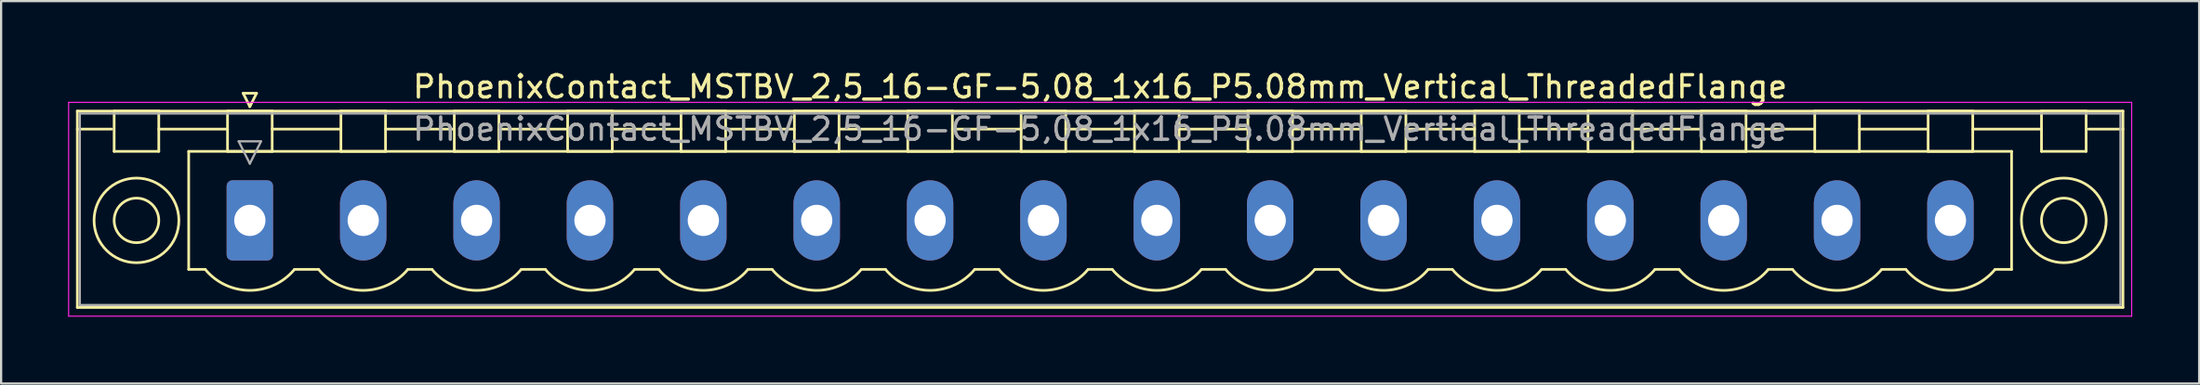
<source format=kicad_pcb>
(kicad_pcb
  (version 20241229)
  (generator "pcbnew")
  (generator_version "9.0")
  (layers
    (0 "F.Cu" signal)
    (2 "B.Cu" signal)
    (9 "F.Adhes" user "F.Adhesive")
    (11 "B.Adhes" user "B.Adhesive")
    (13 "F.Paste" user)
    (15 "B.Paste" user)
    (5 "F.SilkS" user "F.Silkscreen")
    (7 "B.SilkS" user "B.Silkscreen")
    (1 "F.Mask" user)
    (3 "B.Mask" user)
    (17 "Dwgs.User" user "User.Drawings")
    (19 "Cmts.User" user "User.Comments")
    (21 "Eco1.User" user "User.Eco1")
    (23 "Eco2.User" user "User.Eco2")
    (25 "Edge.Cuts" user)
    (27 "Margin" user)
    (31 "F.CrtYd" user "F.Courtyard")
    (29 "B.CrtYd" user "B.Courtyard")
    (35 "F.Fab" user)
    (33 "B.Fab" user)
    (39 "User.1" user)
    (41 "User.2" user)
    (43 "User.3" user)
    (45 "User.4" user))
  (footprint "PhoenixContact_MSTBV_2,5_16-GF-5,08_1x16_P5.08mm_Vertical_ThreadedFlange"
    (layer "F.Cu")
    (at 8.145 6.848)
    (property "Reference" "PhoenixContact_MSTBV_2,5_16-GF-5,08_1x16_P5.08mm_Vertical_ThreadedFlange" (at 38.1 -6 0) (layer "F.SilkS") (effects (font (size 1 1) (thickness 0.15))))
    (attr through_hole)
    (fp_line (start -7.73 -4.91) (end -7.73 3.91) (stroke (width 0.12) (type solid)) (layer "F.SilkS"))
    (fp_line (start -7.73 -4.1) (end -6.19 -4.1) (stroke (width 0.12) (type solid)) (layer "F.SilkS"))
    (fp_line (start -7.73 3.91) (end 83.93 3.91) (stroke (width 0.12) (type solid)) (layer "F.SilkS"))
    (fp_line (start -6.08 -4.91) (end -4.08 -4.91) (stroke (width 0.12) (type solid)) (layer "F.SilkS"))
    (fp_line (start -6.08 -3.1) (end -6.08 -4.91) (stroke (width 0.12) (type solid)) (layer "F.SilkS"))
    (fp_line (start -4.08 -4.91) (end -4.08 -3.1) (stroke (width 0.12) (type solid)) (layer "F.SilkS"))
    (fp_line (start -4.08 -4.1) (end -1 -4.1) (stroke (width 0.12) (type solid)) (layer "F.SilkS"))
    (fp_line (start -4.08 -3.1) (end -6.08 -3.1) (stroke (width 0.12) (type solid)) (layer "F.SilkS"))
    (fp_line (start -2.74 -3.1) (end 78.94 -3.1) (stroke (width 0.12) (type solid)) (layer "F.SilkS"))
    (fp_line (start -2.74 2.2) (end -2.74 -3.1) (stroke (width 0.12) (type solid)) (layer "F.SilkS"))
    (fp_line (start -2 2.2) (end -2.74 2.2) (stroke (width 0.12) (type solid)) (layer "F.SilkS"))
    (fp_line (start -1 -4.91) (end 1 -4.91) (stroke (width 0.12) (type solid)) (layer "F.SilkS"))
    (fp_line (start -1 -3.1) (end -1 -4.91) (stroke (width 0.12) (type solid)) (layer "F.SilkS"))
    (fp_line (start -0.3 -5.71) (end 0.3 -5.71) (stroke (width 0.12) (type solid)) (layer "F.SilkS"))
    (fp_line (start 0 -5.11) (end -0.3 -5.71) (stroke (width 0.12) (type solid)) (layer "F.SilkS"))
    (fp_line (start 0.3 -5.71) (end 0 -5.11) (stroke (width 0.12) (type solid)) (layer "F.SilkS"))
    (fp_line (start 1 -4.91) (end 1 -3.1) (stroke (width 0.12) (type solid)) (layer "F.SilkS"))
    (fp_line (start 1 -4.1) (end 4.08 -4.1) (stroke (width 0.12) (type solid)) (layer "F.SilkS"))
    (fp_line (start 1 -3.1) (end -1 -3.1) (stroke (width 0.12) (type solid)) (layer "F.SilkS"))
    (fp_line (start 2 2.2) (end 3.08 2.2) (stroke (width 0.12) (type solid)) (layer "F.SilkS"))
    (fp_line (start 4.08 -4.91) (end 6.08 -4.91) (stroke (width 0.12) (type solid)) (layer "F.SilkS"))
    (fp_line (start 4.08 -3.1) (end 4.08 -4.91) (stroke (width 0.12) (type solid)) (layer "F.SilkS"))
    (fp_line (start 6.08 -4.91) (end 6.08 -3.1) (stroke (width 0.12) (type solid)) (layer "F.SilkS"))
    (fp_line (start 6.08 -4.1) (end 9.16 -4.1) (stroke (width 0.12) (type solid)) (layer "F.SilkS"))
    (fp_line (start 6.08 -3.1) (end 4.08 -3.1) (stroke (width 0.12) (type solid)) (layer "F.SilkS"))
    (fp_line (start 7.08 2.2) (end 8.16 2.2) (stroke (width 0.12) (type solid)) (layer "F.SilkS"))
    (fp_line (start 9.16 -4.91) (end 11.16 -4.91) (stroke (width 0.12) (type solid)) (layer "F.SilkS"))
    (fp_line (start 9.16 -3.1) (end 9.16 -4.91) (stroke (width 0.12) (type solid)) (layer "F.SilkS"))
    (fp_line (start 11.16 -4.91) (end 11.16 -3.1) (stroke (width 0.12) (type solid)) (layer "F.SilkS"))
    (fp_line (start 11.16 -4.1) (end 14.24 -4.1) (stroke (width 0.12) (type solid)) (layer "F.SilkS"))
    (fp_line (start 11.16 -3.1) (end 9.16 -3.1) (stroke (width 0.12) (type solid)) (layer "F.SilkS"))
    (fp_line (start 12.16 2.2) (end 13.24 2.2) (stroke (width 0.12) (type solid)) (layer "F.SilkS"))
    (fp_line (start 14.24 -4.91) (end 16.24 -4.91) (stroke (width 0.12) (type solid)) (layer "F.SilkS"))
    (fp_line (start 14.24 -3.1) (end 14.24 -4.91) (stroke (width 0.12) (type solid)) (layer "F.SilkS"))
    (fp_line (start 16.24 -4.91) (end 16.24 -3.1) (stroke (width 0.12) (type solid)) (layer "F.SilkS"))
    (fp_line (start 16.24 -4.1) (end 19.32 -4.1) (stroke (width 0.12) (type solid)) (layer "F.SilkS"))
    (fp_line (start 16.24 -3.1) (end 14.24 -3.1) (stroke (width 0.12) (type solid)) (layer "F.SilkS"))
    (fp_line (start 17.24 2.2) (end 18.32 2.2) (stroke (width 0.12) (type solid)) (layer "F.SilkS"))
    (fp_line (start 19.32 -4.91) (end 21.32 -4.91) (stroke (width 0.12) (type solid)) (layer "F.SilkS"))
    (fp_line (start 19.32 -3.1) (end 19.32 -4.91) (stroke (width 0.12) (type solid)) (layer "F.SilkS"))
    (fp_line (start 21.32 -4.91) (end 21.32 -3.1) (stroke (width 0.12) (type solid)) (layer "F.SilkS"))
    (fp_line (start 21.32 -4.1) (end 24.4 -4.1) (stroke (width 0.12) (type solid)) (layer "F.SilkS"))
    (fp_line (start 21.32 -3.1) (end 19.32 -3.1) (stroke (width 0.12) (type solid)) (layer "F.SilkS"))
    (fp_line (start 22.32 2.2) (end 23.4 2.2) (stroke (width 0.12) (type solid)) (layer "F.SilkS"))
    (fp_line (start 24.4 -4.91) (end 26.4 -4.91) (stroke (width 0.12) (type solid)) (layer "F.SilkS"))
    (fp_line (start 24.4 -3.1) (end 24.4 -4.91) (stroke (width 0.12) (type solid)) (layer "F.SilkS"))
    (fp_line (start 26.4 -4.91) (end 26.4 -3.1) (stroke (width 0.12) (type solid)) (layer "F.SilkS"))
    (fp_line (start 26.4 -4.1) (end 29.48 -4.1) (stroke (width 0.12) (type solid)) (layer "F.SilkS"))
    (fp_line (start 26.4 -3.1) (end 24.4 -3.1) (stroke (width 0.12) (type solid)) (layer "F.SilkS"))
    (fp_line (start 27.4 2.2) (end 28.48 2.2) (stroke (width 0.12) (type solid)) (layer "F.SilkS"))
    (fp_line (start 29.48 -4.91) (end 31.48 -4.91) (stroke (width 0.12) (type solid)) (layer "F.SilkS"))
    (fp_line (start 29.48 -3.1) (end 29.48 -4.91) (stroke (width 0.12) (type solid)) (layer "F.SilkS"))
    (fp_line (start 31.48 -4.91) (end 31.48 -3.1) (stroke (width 0.12) (type solid)) (layer "F.SilkS"))
    (fp_line (start 31.48 -4.1) (end 34.56 -4.1) (stroke (width 0.12) (type solid)) (layer "F.SilkS"))
    (fp_line (start 31.48 -3.1) (end 29.48 -3.1) (stroke (width 0.12) (type solid)) (layer "F.SilkS"))
    (fp_line (start 32.48 2.2) (end 33.56 2.2) (stroke (width 0.12) (type solid)) (layer "F.SilkS"))
    (fp_line (start 34.56 -4.91) (end 36.56 -4.91) (stroke (width 0.12) (type solid)) (layer "F.SilkS"))
    (fp_line (start 34.56 -3.1) (end 34.56 -4.91) (stroke (width 0.12) (type solid)) (layer "F.SilkS"))
    (fp_line (start 36.56 -4.91) (end 36.56 -3.1) (stroke (width 0.12) (type solid)) (layer "F.SilkS"))
    (fp_line (start 36.56 -4.1) (end 39.64 -4.1) (stroke (width 0.12) (type solid)) (layer "F.SilkS"))
    (fp_line (start 36.56 -3.1) (end 34.56 -3.1) (stroke (width 0.12) (type solid)) (layer "F.SilkS"))
    (fp_line (start 37.56 2.2) (end 38.64 2.2) (stroke (width 0.12) (type solid)) (layer "F.SilkS"))
    (fp_line (start 39.64 -4.91) (end 41.64 -4.91) (stroke (width 0.12) (type solid)) (layer "F.SilkS"))
    (fp_line (start 39.64 -3.1) (end 39.64 -4.91) (stroke (width 0.12) (type solid)) (layer "F.SilkS"))
    (fp_line (start 41.64 -4.91) (end 41.64 -3.1) (stroke (width 0.12) (type solid)) (layer "F.SilkS"))
    (fp_line (start 41.64 -4.1) (end 44.72 -4.1) (stroke (width 0.12) (type solid)) (layer "F.SilkS"))
    (fp_line (start 41.64 -3.1) (end 39.64 -3.1) (stroke (width 0.12) (type solid)) (layer "F.SilkS"))
    (fp_line (start 42.64 2.2) (end 43.72 2.2) (stroke (width 0.12) (type solid)) (layer "F.SilkS"))
    (fp_line (start 44.72 -4.91) (end 46.72 -4.91) (stroke (width 0.12) (type solid)) (layer "F.SilkS"))
    (fp_line (start 44.72 -3.1) (end 44.72 -4.91) (stroke (width 0.12) (type solid)) (layer "F.SilkS"))
    (fp_line (start 46.72 -4.91) (end 46.72 -3.1) (stroke (width 0.12) (type solid)) (layer "F.SilkS"))
    (fp_line (start 46.72 -4.1) (end 49.8 -4.1) (stroke (width 0.12) (type solid)) (layer "F.SilkS"))
    (fp_line (start 46.72 -3.1) (end 44.72 -3.1) (stroke (width 0.12) (type solid)) (layer "F.SilkS"))
    (fp_line (start 47.72 2.2) (end 48.8 2.2) (stroke (width 0.12) (type solid)) (layer "F.SilkS"))
    (fp_line (start 49.8 -4.91) (end 51.8 -4.91) (stroke (width 0.12) (type solid)) (layer "F.SilkS"))
    (fp_line (start 49.8 -3.1) (end 49.8 -4.91) (stroke (width 0.12) (type solid)) (layer "F.SilkS"))
    (fp_line (start 51.8 -4.91) (end 51.8 -3.1) (stroke (width 0.12) (type solid)) (layer "F.SilkS"))
    (fp_line (start 51.8 -4.1) (end 54.88 -4.1) (stroke (width 0.12) (type solid)) (layer "F.SilkS"))
    (fp_line (start 51.8 -3.1) (end 49.8 -3.1) (stroke (width 0.12) (type solid)) (layer "F.SilkS"))
    (fp_line (start 52.8 2.2) (end 53.88 2.2) (stroke (width 0.12) (type solid)) (layer "F.SilkS"))
    (fp_line (start 54.88 -4.91) (end 56.88 -4.91) (stroke (width 0.12) (type solid)) (layer "F.SilkS"))
    (fp_line (start 54.88 -3.1) (end 54.88 -4.91) (stroke (width 0.12) (type solid)) (layer "F.SilkS"))
    (fp_line (start 56.88 -4.91) (end 56.88 -3.1) (stroke (width 0.12) (type solid)) (layer "F.SilkS"))
    (fp_line (start 56.88 -4.1) (end 59.96 -4.1) (stroke (width 0.12) (type solid)) (layer "F.SilkS"))
    (fp_line (start 56.88 -3.1) (end 54.88 -3.1) (stroke (width 0.12) (type solid)) (layer "F.SilkS"))
    (fp_line (start 57.88 2.2) (end 58.96 2.2) (stroke (width 0.12) (type solid)) (layer "F.SilkS"))
    (fp_line (start 59.96 -4.91) (end 61.96 -4.91) (stroke (width 0.12) (type solid)) (layer "F.SilkS"))
    (fp_line (start 59.96 -3.1) (end 59.96 -4.91) (stroke (width 0.12) (type solid)) (layer "F.SilkS"))
    (fp_line (start 61.96 -4.91) (end 61.96 -3.1) (stroke (width 0.12) (type solid)) (layer "F.SilkS"))
    (fp_line (start 61.96 -4.1) (end 65.04 -4.1) (stroke (width 0.12) (type solid)) (layer "F.SilkS"))
    (fp_line (start 61.96 -3.1) (end 59.96 -3.1) (stroke (width 0.12) (type solid)) (layer "F.SilkS"))
    (fp_line (start 62.96 2.2) (end 64.04 2.2) (stroke (width 0.12) (type solid)) (layer "F.SilkS"))
    (fp_line (start 65.04 -4.91) (end 67.04 -4.91) (stroke (width 0.12) (type solid)) (layer "F.SilkS"))
    (fp_line (start 65.04 -3.1) (end 65.04 -4.91) (stroke (width 0.12) (type solid)) (layer "F.SilkS"))
    (fp_line (start 67.04 -4.91) (end 67.04 -3.1) (stroke (width 0.12) (type solid)) (layer "F.SilkS"))
    (fp_line (start 67.04 -4.1) (end 70.12 -4.1) (stroke (width 0.12) (type solid)) (layer "F.SilkS"))
    (fp_line (start 67.04 -3.1) (end 65.04 -3.1) (stroke (width 0.12) (type solid)) (layer "F.SilkS"))
    (fp_line (start 68.04 2.2) (end 69.12 2.2) (stroke (width 0.12) (type solid)) (layer "F.SilkS"))
    (fp_line (start 70.12 -4.91) (end 72.12 -4.91) (stroke (width 0.12) (type solid)) (layer "F.SilkS"))
    (fp_line (start 70.12 -3.1) (end 70.12 -4.91) (stroke (width 0.12) (type solid)) (layer "F.SilkS"))
    (fp_line (start 72.12 -4.91) (end 72.12 -3.1) (stroke (width 0.12) (type solid)) (layer "F.SilkS"))
    (fp_line (start 72.12 -4.1) (end 75.2 -4.1) (stroke (width 0.12) (type solid)) (layer "F.SilkS"))
    (fp_line (start 72.12 -3.1) (end 70.12 -3.1) (stroke (width 0.12) (type solid)) (layer "F.SilkS"))
    (fp_line (start 73.12 2.2) (end 74.2 2.2) (stroke (width 0.12) (type solid)) (layer "F.SilkS"))
    (fp_line (start 75.2 -4.91) (end 77.2 -4.91) (stroke (width 0.12) (type solid)) (layer "F.SilkS"))
    (fp_line (start 75.2 -3.1) (end 75.2 -4.91) (stroke (width 0.12) (type solid)) (layer "F.SilkS"))
    (fp_line (start 77.2 -4.91) (end 77.2 -3.1) (stroke (width 0.12) (type solid)) (layer "F.SilkS"))
    (fp_line (start 77.2 -4.1) (end 80.28 -4.1) (stroke (width 0.12) (type solid)) (layer "F.SilkS"))
    (fp_line (start 77.2 -3.1) (end 75.2 -3.1) (stroke (width 0.12) (type solid)) (layer "F.SilkS"))
    (fp_line (start 78.94 -3.1) (end 78.94 2.2) (stroke (width 0.12) (type solid)) (layer "F.SilkS"))
    (fp_line (start 78.94 2.2) (end 78.2 2.2) (stroke (width 0.12) (type solid)) (layer "F.SilkS"))
    (fp_line (start 80.28 -4.91) (end 82.28 -4.91) (stroke (width 0.12) (type solid)) (layer "F.SilkS"))
    (fp_line (start 80.28 -3.1) (end 80.28 -4.91) (stroke (width 0.12) (type solid)) (layer "F.SilkS"))
    (fp_line (start 82.28 -4.91) (end 82.28 -3.1) (stroke (width 0.12) (type solid)) (layer "F.SilkS"))
    (fp_line (start 82.28 -3.1) (end 80.28 -3.1) (stroke (width 0.12) (type solid)) (layer "F.SilkS"))
    (fp_line (start 83.93 -4.91) (end -7.73 -4.91) (stroke (width 0.12) (type solid)) (layer "F.SilkS"))
    (fp_line (start 83.93 -4.1) (end 82.39 -4.1) (stroke (width 0.12) (type solid)) (layer "F.SilkS"))
    (fp_line (start 83.93 3.91) (end 83.93 -4.91) (stroke (width 0.12) (type solid)) (layer "F.SilkS"))
    (fp_arc (start 1.986842 2.215821) (mid -0.010289 3.142758) (end -2 2.2) (stroke (width 0.12) (type solid)) (layer "F.SilkS"))
    (fp_arc (start 7.066842 2.215821) (mid 5.069711 3.142758) (end 3.08 2.2) (stroke (width 0.12) (type solid)) (layer "F.SilkS"))
    (fp_arc (start 12.146842 2.215821) (mid 10.149711 3.142758) (end 8.16 2.2) (stroke (width 0.12) (type solid)) (layer "F.SilkS"))
    (fp_arc (start 17.226842 2.215821) (mid 15.229711 3.142758) (end 13.24 2.2) (stroke (width 0.12) (type solid)) (layer "F.SilkS"))
    (fp_arc (start 22.306842 2.215821) (mid 20.309711 3.142758) (end 18.32 2.2) (stroke (width 0.12) (type solid)) (layer "F.SilkS"))
    (fp_arc (start 27.386842 2.215821) (mid 25.389711 3.142758) (end 23.4 2.2) (stroke (width 0.12) (type solid)) (layer "F.SilkS"))
    (fp_arc (start 32.466842 2.215821) (mid 30.469711 3.142758) (end 28.48 2.2) (stroke (width 0.12) (type solid)) (layer "F.SilkS"))
    (fp_arc (start 37.546842 2.215821) (mid 35.549711 3.142758) (end 33.56 2.2) (stroke (width 0.12) (type solid)) (layer "F.SilkS"))
    (fp_arc (start 42.626842 2.215821) (mid 40.629711 3.142758) (end 38.64 2.2) (stroke (width 0.12) (type solid)) (layer "F.SilkS"))
    (fp_arc (start 47.706842 2.215821) (mid 45.709711 3.142758) (end 43.72 2.2) (stroke (width 0.12) (type solid)) (layer "F.SilkS"))
    (fp_arc (start 52.786842 2.215821) (mid 50.789711 3.142758) (end 48.8 2.2) (stroke (width 0.12) (type solid)) (layer "F.SilkS"))
    (fp_arc (start 57.866842 2.215821) (mid 55.869711 3.142758) (end 53.88 2.2) (stroke (width 0.12) (type solid)) (layer "F.SilkS"))
    (fp_arc (start 62.946842 2.215821) (mid 60.949711 3.142758) (end 58.96 2.2) (stroke (width 0.12) (type solid)) (layer "F.SilkS"))
    (fp_arc (start 68.026842 2.215821) (mid 66.029711 3.142758) (end 64.04 2.2) (stroke (width 0.12) (type solid)) (layer "F.SilkS"))
    (fp_arc (start 73.106842 2.215821) (mid 71.109711 3.142758) (end 69.12 2.2) (stroke (width 0.12) (type solid)) (layer "F.SilkS"))
    (fp_arc (start 78.186842 2.215821) (mid 76.189711 3.142758) (end 74.2 2.2) (stroke (width 0.12) (type solid)) (layer "F.SilkS"))
    (fp_circle (center -5.08 0) (end -4.08 0) (stroke (width 0.12) (type solid)) (fill no) (layer "F.SilkS"))
    (fp_circle (center -5.08 0) (end -3.18 0) (stroke (width 0.12) (type solid)) (fill no) (layer "F.SilkS"))
    (fp_circle (center 81.28 0) (end 82.28 0) (stroke (width 0.12) (type solid)) (fill no) (layer "F.SilkS"))
    (fp_circle (center 81.28 0) (end 83.18 0) (stroke (width 0.12) (type solid)) (fill no) (layer "F.SilkS"))
    (fp_line (start -8.12 -5.3) (end -8.12 4.3) (stroke (width 0.05) (type solid)) (layer "F.CrtYd"))
    (fp_line (start -8.12 4.3) (end 84.32 4.3) (stroke (width 0.05) (type solid)) (layer "F.CrtYd"))
    (fp_line (start 84.32 -5.3) (end -8.12 -5.3) (stroke (width 0.05) (type solid)) (layer "F.CrtYd"))
    (fp_line (start 84.32 4.3) (end 84.32 -5.3) (stroke (width 0.05) (type solid)) (layer "F.CrtYd"))
    (fp_line (start -7.62 -4.8) (end -7.62 3.8) (stroke (width 0.1) (type solid)) (layer "F.Fab"))
    (fp_line (start -7.62 3.8) (end 83.82 3.8) (stroke (width 0.1) (type solid)) (layer "F.Fab"))
    (fp_line (start -0.5 -3.55) (end 0.5 -3.55) (stroke (width 0.1) (type solid)) (layer "F.Fab"))
    (fp_line (start 0 -2.55) (end -0.5 -3.55) (stroke (width 0.1) (type solid)) (layer "F.Fab"))
    (fp_line (start 0.5 -3.55) (end 0 -2.55) (stroke (width 0.1) (type solid)) (layer "F.Fab"))
    (fp_line (start 83.82 -4.8) (end -7.62 -4.8) (stroke (width 0.1) (type solid)) (layer "F.Fab"))
    (fp_line (start 83.82 3.8) (end 83.82 -4.8) (stroke (width 0.1) (type solid)) (layer "F.Fab"))
    (fp_text user "${REFERENCE}" (at 38.1 -4.1 0) (layer "F.Fab") (effects (font (size 1 1) (thickness 0.15))))
    (pad "1" thru_hole roundrect (at 0 0) (size 2.08 3.6) (drill 1.4) (layers "*.Cu" "*.Mask") (roundrect_rratio 0.12))
    (pad "2" thru_hole oval (at 5.08 0) (size 2.08 3.6) (drill 1.4) (layers "*.Cu" "*.Mask"))
    (pad "3" thru_hole oval (at 10.16 0) (size 2.08 3.6) (drill 1.4) (layers "*.Cu" "*.Mask"))
    (pad "4" thru_hole oval (at 15.24 0) (size 2.08 3.6) (drill 1.4) (layers "*.Cu" "*.Mask"))
    (pad "5" thru_hole oval (at 20.32 0) (size 2.08 3.6) (drill 1.4) (layers "*.Cu" "*.Mask"))
    (pad "6" thru_hole oval (at 25.4 0) (size 2.08 3.6) (drill 1.4) (layers "*.Cu" "*.Mask"))
    (pad "7" thru_hole oval (at 30.48 0) (size 2.08 3.6) (drill 1.4) (layers "*.Cu" "*.Mask"))
    (pad "8" thru_hole oval (at 35.56 0) (size 2.08 3.6) (drill 1.4) (layers "*.Cu" "*.Mask"))
    (pad "9" thru_hole oval (at 40.64 0) (size 2.08 3.6) (drill 1.4) (layers "*.Cu" "*.Mask"))
    (pad "10" thru_hole oval (at 45.72 0) (size 2.08 3.6) (drill 1.4) (layers "*.Cu" "*.Mask"))
    (pad "11" thru_hole oval (at 50.8 0) (size 2.08 3.6) (drill 1.4) (layers "*.Cu" "*.Mask"))
    (pad "12" thru_hole oval (at 55.88 0) (size 2.08 3.6) (drill 1.4) (layers "*.Cu" "*.Mask"))
    (pad "13" thru_hole oval (at 60.96 0) (size 2.08 3.6) (drill 1.4) (layers "*.Cu" "*.Mask"))
    (pad "14" thru_hole oval (at 66.04 0) (size 2.08 3.6) (drill 1.4) (layers "*.Cu" "*.Mask"))
    (pad "15" thru_hole oval (at 71.12 0) (size 2.08 3.6) (drill 1.4) (layers "*.Cu" "*.Mask"))
    (pad "16" thru_hole oval (at 76.2 0) (size 2.08 3.6) (drill 1.4) (layers "*.Cu" "*.Mask")))
  (gr_rect
    (start -3 -3)
    (end 95.49 14.173)
    (stroke (width 0.1) (type default))
    (fill no)
    (layer "Edge.Cuts")))
</source>
